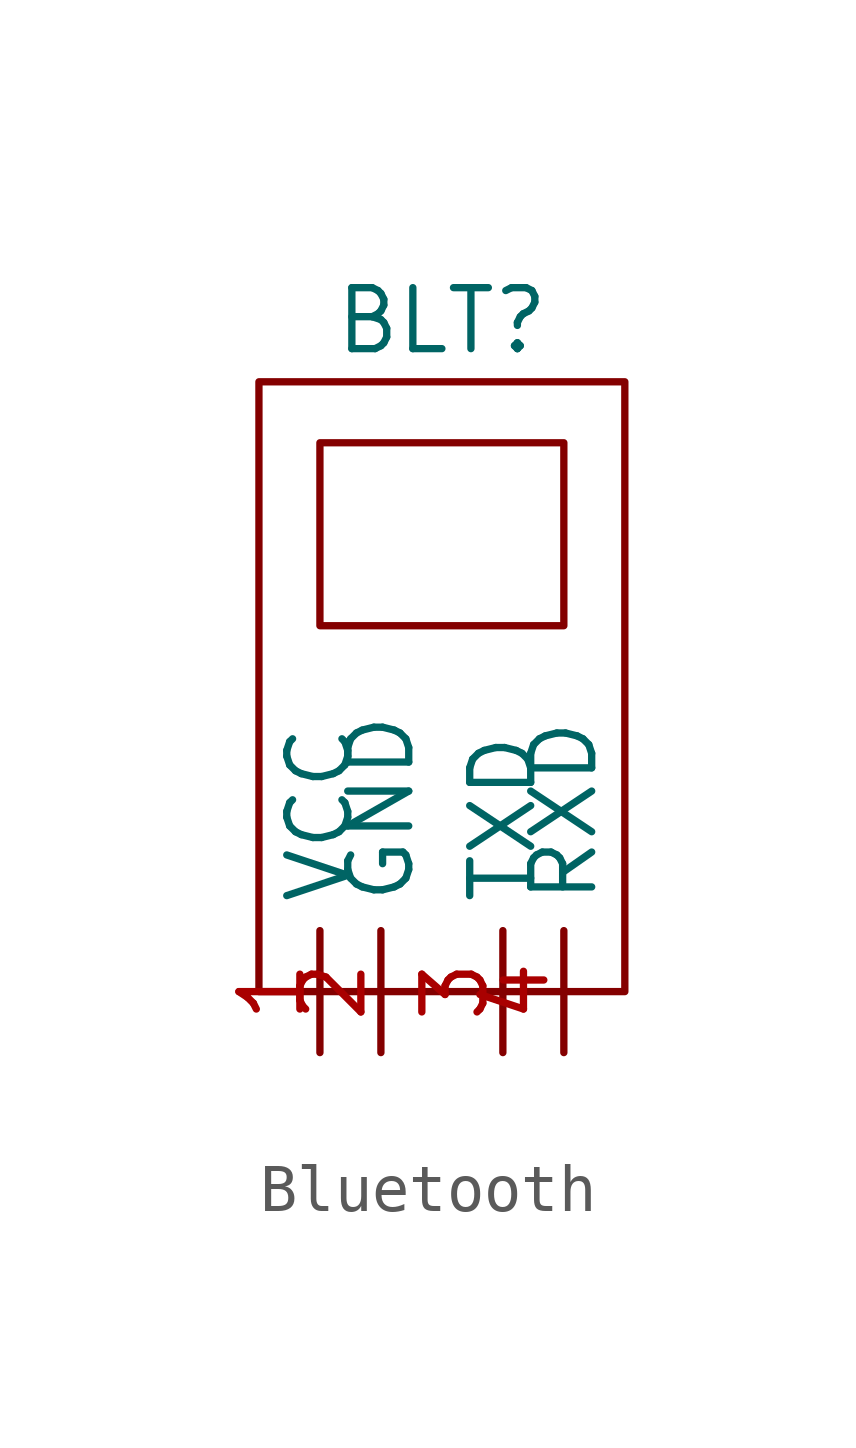
<source format=kicad_sym>
(kicad_symbol_lib
  (version 20220914)
  (generator kicad_symbol_editor)
  (symbol "Bluetooth"
    (property "Reference" "BLT"
      (at 0 0 0)
      (effects (font (size 1.27 1.27))))
    (property "Value" ""
      (at 0 0 0)
      (effects (font (size 1.27 1.27))))
    (symbol "Bluetooth_0_1"
      (rectangle (start -3.81 -1.27) (end 3.81 -13.97) (stroke (width 0) (type default)) (fill (type none)))
      (rectangle (start -2.54 -2.54) (end 2.54 -6.35) (stroke (width 0) (type default)) (fill (type none))))
    (symbol "Bluetooth_1_1"
      (pin power_in line (at -2.54 -15.24 90) (length 2.54) (name "VCC" (effects (font (size 1.27 1.27)))) (number "1" (effects (font (size 1.27 1.27)))))
      (pin power_in line (at -1.27 -15.24 90) (length 2.54) (name "GND" (effects (font (size 1.27 1.27)))) (number "2" (effects (font (size 1.27 1.27)))))
      (pin output line (at 1.27 -15.24 90) (length 2.54) (name "TXD" (effects (font (size 1.27 1.27)))) (number "3" (effects (font (size 1.27 1.27)))))
      (pin input line (at 2.54 -15.24 90) (length 2.54) (name "RXD" (effects (font (size 1.27 1.27)))) (number "4" (effects (font (size 1.27 1.27))))))))
</source>
